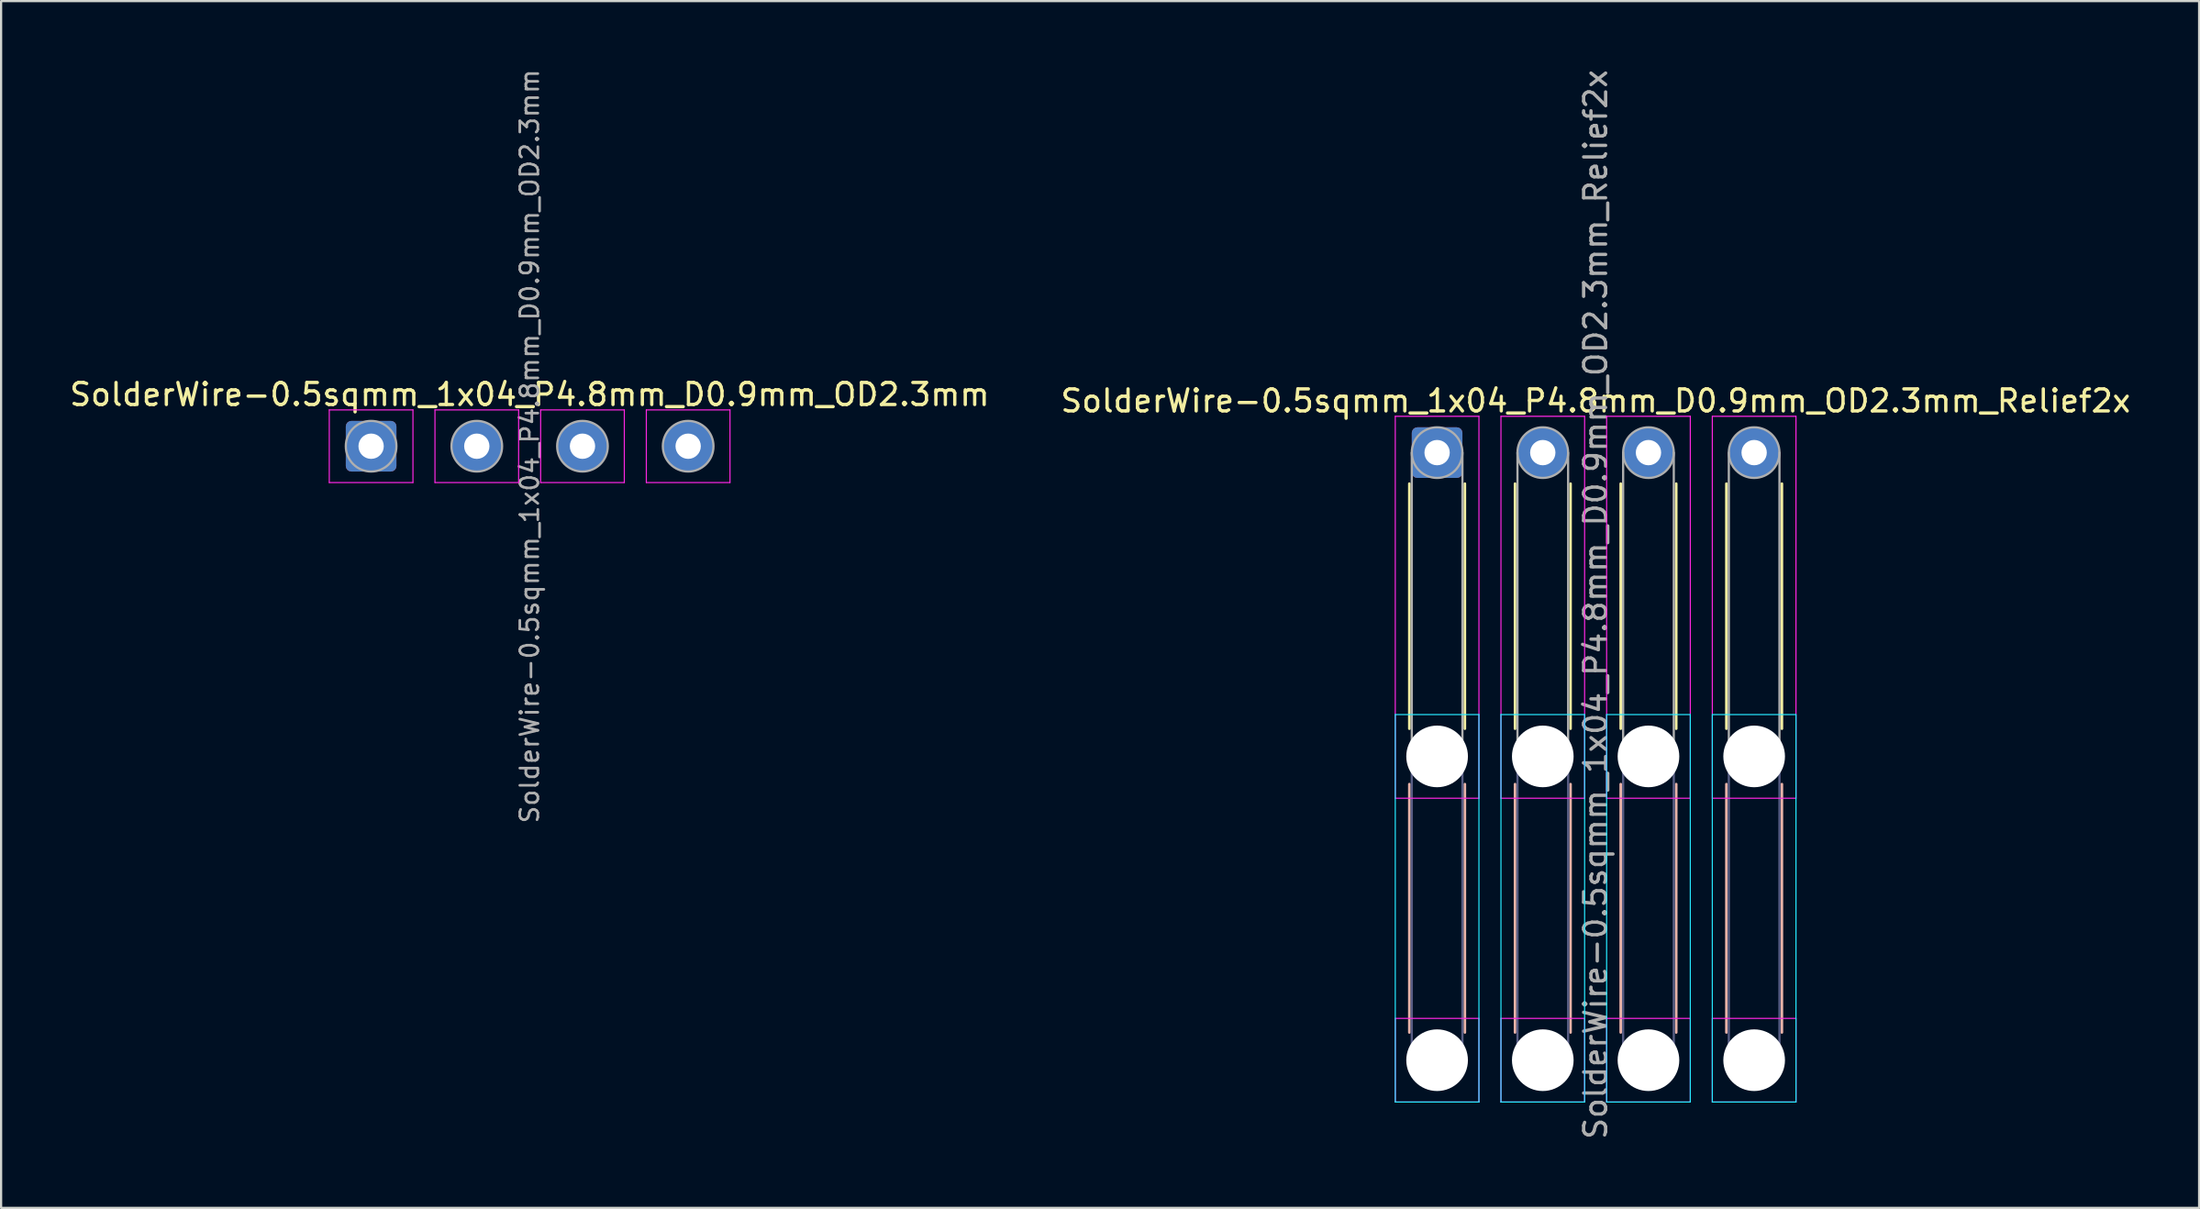
<source format=kicad_pcb>
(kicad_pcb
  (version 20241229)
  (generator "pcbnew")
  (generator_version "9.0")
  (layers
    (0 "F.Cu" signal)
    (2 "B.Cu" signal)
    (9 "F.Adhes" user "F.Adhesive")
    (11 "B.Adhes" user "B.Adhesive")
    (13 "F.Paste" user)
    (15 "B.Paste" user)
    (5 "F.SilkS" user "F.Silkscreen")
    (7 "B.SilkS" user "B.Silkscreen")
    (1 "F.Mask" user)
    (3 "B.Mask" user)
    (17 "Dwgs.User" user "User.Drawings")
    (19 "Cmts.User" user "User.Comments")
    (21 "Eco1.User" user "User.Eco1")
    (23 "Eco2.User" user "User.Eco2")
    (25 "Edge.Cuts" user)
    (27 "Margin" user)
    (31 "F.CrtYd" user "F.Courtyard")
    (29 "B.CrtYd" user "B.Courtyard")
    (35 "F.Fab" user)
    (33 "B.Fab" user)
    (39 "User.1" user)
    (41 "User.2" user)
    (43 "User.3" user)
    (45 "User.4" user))
  (footprint "SolderWire-0.5sqmm_1x04_P4.8mm_D0.9mm_OD2.3mm_Relief2x"
    (layer "F.Cu")
    (at 62.223 17.511)
    (property "Reference" "SolderWire-0.5sqmm_1x04_P4.8mm_D0.9mm_OD2.3mm_Relief2x" (at 7.2 -2.35 0) (layer "F.SilkS") (effects (font (size 1 1) (thickness 0.15))))
    (attr exclude_from_pos_files exclude_from_bom)
    (fp_line (start -1.26 1.41) (end -1.26 12.54) (stroke (width 0.12) (type solid)) (layer "F.SilkS"))
    (fp_line (start 1.26 1.41) (end 1.26 12.54) (stroke (width 0.12) (type solid)) (layer "F.SilkS"))
    (fp_line (start 3.54 1.41) (end 3.54 12.54) (stroke (width 0.12) (type solid)) (layer "F.SilkS"))
    (fp_line (start 6.06 1.41) (end 6.06 12.54) (stroke (width 0.12) (type solid)) (layer "F.SilkS"))
    (fp_line (start 8.34 1.41) (end 8.34 12.54) (stroke (width 0.12) (type solid)) (layer "F.SilkS"))
    (fp_line (start 10.86 1.41) (end 10.86 12.54) (stroke (width 0.12) (type solid)) (layer "F.SilkS"))
    (fp_line (start 13.14 1.41) (end 13.14 12.54) (stroke (width 0.12) (type solid)) (layer "F.SilkS"))
    (fp_line (start 15.66 1.41) (end 15.66 12.54) (stroke (width 0.12) (type solid)) (layer "F.SilkS"))
    (fp_line (start -1.26 15.06) (end -1.26 26.34) (stroke (width 0.12) (type solid)) (layer "B.SilkS"))
    (fp_line (start 1.26 15.06) (end 1.26 26.34) (stroke (width 0.12) (type solid)) (layer "B.SilkS"))
    (fp_line (start 3.54 15.06) (end 3.54 26.34) (stroke (width 0.12) (type solid)) (layer "B.SilkS"))
    (fp_line (start 6.06 15.06) (end 6.06 26.34) (stroke (width 0.12) (type solid)) (layer "B.SilkS"))
    (fp_line (start 8.34 15.06) (end 8.34 26.34) (stroke (width 0.12) (type solid)) (layer "B.SilkS"))
    (fp_line (start 10.86 15.06) (end 10.86 26.34) (stroke (width 0.12) (type solid)) (layer "B.SilkS"))
    (fp_line (start 13.14 15.06) (end 13.14 26.34) (stroke (width 0.12) (type solid)) (layer "B.SilkS"))
    (fp_line (start 15.66 15.06) (end 15.66 26.34) (stroke (width 0.12) (type solid)) (layer "B.SilkS"))
    (fp_line (start -1.9 11.9) (end -1.9 29.5) (stroke (width 0.05) (type solid)) (layer "B.CrtYd"))
    (fp_line (start -1.9 29.5) (end 1.9 29.5) (stroke (width 0.05) (type solid)) (layer "B.CrtYd"))
    (fp_line (start 1.9 11.9) (end -1.9 11.9) (stroke (width 0.05) (type solid)) (layer "B.CrtYd"))
    (fp_line (start 1.9 29.5) (end 1.9 11.9) (stroke (width 0.05) (type solid)) (layer "B.CrtYd"))
    (fp_line (start 2.9 11.9) (end 2.9 29.5) (stroke (width 0.05) (type solid)) (layer "B.CrtYd"))
    (fp_line (start 2.9 29.5) (end 6.7 29.5) (stroke (width 0.05) (type solid)) (layer "B.CrtYd"))
    (fp_line (start 6.7 11.9) (end 2.9 11.9) (stroke (width 0.05) (type solid)) (layer "B.CrtYd"))
    (fp_line (start 6.7 29.5) (end 6.7 11.9) (stroke (width 0.05) (type solid)) (layer "B.CrtYd"))
    (fp_line (start 7.7 11.9) (end 7.7 29.5) (stroke (width 0.05) (type solid)) (layer "B.CrtYd"))
    (fp_line (start 7.7 29.5) (end 11.5 29.5) (stroke (width 0.05) (type solid)) (layer "B.CrtYd"))
    (fp_line (start 11.5 11.9) (end 7.7 11.9) (stroke (width 0.05) (type solid)) (layer "B.CrtYd"))
    (fp_line (start 11.5 29.5) (end 11.5 11.9) (stroke (width 0.05) (type solid)) (layer "B.CrtYd"))
    (fp_line (start 12.5 11.9) (end 12.5 29.5) (stroke (width 0.05) (type solid)) (layer "B.CrtYd"))
    (fp_line (start 12.5 29.5) (end 16.3 29.5) (stroke (width 0.05) (type solid)) (layer "B.CrtYd"))
    (fp_line (start 16.3 11.9) (end 12.5 11.9) (stroke (width 0.05) (type solid)) (layer "B.CrtYd"))
    (fp_line (start 16.3 29.5) (end 16.3 11.9) (stroke (width 0.05) (type solid)) (layer "B.CrtYd"))
    (fp_line (start -1.9 -1.65) (end -1.9 15.7) (stroke (width 0.05) (type solid)) (layer "F.CrtYd"))
    (fp_line (start -1.9 15.7) (end 1.9 15.7) (stroke (width 0.05) (type solid)) (layer "F.CrtYd"))
    (fp_line (start -1.9 25.7) (end -1.9 29.5) (stroke (width 0.05) (type solid)) (layer "F.CrtYd"))
    (fp_line (start -1.9 29.5) (end 1.9 29.5) (stroke (width 0.05) (type solid)) (layer "F.CrtYd"))
    (fp_line (start 1.9 -1.65) (end -1.9 -1.65) (stroke (width 0.05) (type solid)) (layer "F.CrtYd"))
    (fp_line (start 1.9 15.7) (end 1.9 -1.65) (stroke (width 0.05) (type solid)) (layer "F.CrtYd"))
    (fp_line (start 1.9 25.7) (end -1.9 25.7) (stroke (width 0.05) (type solid)) (layer "F.CrtYd"))
    (fp_line (start 1.9 29.5) (end 1.9 25.7) (stroke (width 0.05) (type solid)) (layer "F.CrtYd"))
    (fp_line (start 2.9 -1.65) (end 2.9 15.7) (stroke (width 0.05) (type solid)) (layer "F.CrtYd"))
    (fp_line (start 2.9 15.7) (end 6.7 15.7) (stroke (width 0.05) (type solid)) (layer "F.CrtYd"))
    (fp_line (start 2.9 25.7) (end 2.9 29.5) (stroke (width 0.05) (type solid)) (layer "F.CrtYd"))
    (fp_line (start 2.9 29.5) (end 6.7 29.5) (stroke (width 0.05) (type solid)) (layer "F.CrtYd"))
    (fp_line (start 6.7 -1.65) (end 2.9 -1.65) (stroke (width 0.05) (type solid)) (layer "F.CrtYd"))
    (fp_line (start 6.7 15.7) (end 6.7 -1.65) (stroke (width 0.05) (type solid)) (layer "F.CrtYd"))
    (fp_line (start 6.7 25.7) (end 2.9 25.7) (stroke (width 0.05) (type solid)) (layer "F.CrtYd"))
    (fp_line (start 6.7 29.5) (end 6.7 25.7) (stroke (width 0.05) (type solid)) (layer "F.CrtYd"))
    (fp_line (start 7.7 -1.65) (end 7.7 15.7) (stroke (width 0.05) (type solid)) (layer "F.CrtYd"))
    (fp_line (start 7.7 15.7) (end 11.5 15.7) (stroke (width 0.05) (type solid)) (layer "F.CrtYd"))
    (fp_line (start 7.7 25.7) (end 7.7 29.5) (stroke (width 0.05) (type solid)) (layer "F.CrtYd"))
    (fp_line (start 7.7 29.5) (end 11.5 29.5) (stroke (width 0.05) (type solid)) (layer "F.CrtYd"))
    (fp_line (start 11.5 -1.65) (end 7.7 -1.65) (stroke (width 0.05) (type solid)) (layer "F.CrtYd"))
    (fp_line (start 11.5 15.7) (end 11.5 -1.65) (stroke (width 0.05) (type solid)) (layer "F.CrtYd"))
    (fp_line (start 11.5 25.7) (end 7.7 25.7) (stroke (width 0.05) (type solid)) (layer "F.CrtYd"))
    (fp_line (start 11.5 29.5) (end 11.5 25.7) (stroke (width 0.05) (type solid)) (layer "F.CrtYd"))
    (fp_line (start 12.5 -1.65) (end 12.5 15.7) (stroke (width 0.05) (type solid)) (layer "F.CrtYd"))
    (fp_line (start 12.5 15.7) (end 16.3 15.7) (stroke (width 0.05) (type solid)) (layer "F.CrtYd"))
    (fp_line (start 12.5 25.7) (end 12.5 29.5) (stroke (width 0.05) (type solid)) (layer "F.CrtYd"))
    (fp_line (start 12.5 29.5) (end 16.3 29.5) (stroke (width 0.05) (type solid)) (layer "F.CrtYd"))
    (fp_line (start 16.3 -1.65) (end 12.5 -1.65) (stroke (width 0.05) (type solid)) (layer "F.CrtYd"))
    (fp_line (start 16.3 15.7) (end 16.3 -1.65) (stroke (width 0.05) (type solid)) (layer "F.CrtYd"))
    (fp_line (start 16.3 25.7) (end 12.5 25.7) (stroke (width 0.05) (type solid)) (layer "F.CrtYd"))
    (fp_line (start 16.3 29.5) (end 16.3 25.7) (stroke (width 0.05) (type solid)) (layer "F.CrtYd"))
    (fp_line (start -1.15 13.8) (end -1.15 27.6) (stroke (width 0.1) (type solid)) (layer "B.Fab"))
    (fp_line (start 1.15 13.8) (end 1.15 27.6) (stroke (width 0.1) (type solid)) (layer "B.Fab"))
    (fp_line (start 3.65 13.8) (end 3.65 27.6) (stroke (width 0.1) (type solid)) (layer "B.Fab"))
    (fp_line (start 5.95 13.8) (end 5.95 27.6) (stroke (width 0.1) (type solid)) (layer "B.Fab"))
    (fp_line (start 8.45 13.8) (end 8.45 27.6) (stroke (width 0.1) (type solid)) (layer "B.Fab"))
    (fp_line (start 10.75 13.8) (end 10.75 27.6) (stroke (width 0.1) (type solid)) (layer "B.Fab"))
    (fp_line (start 13.25 13.8) (end 13.25 27.6) (stroke (width 0.1) (type solid)) (layer "B.Fab"))
    (fp_line (start 15.55 13.8) (end 15.55 27.6) (stroke (width 0.1) (type solid)) (layer "B.Fab"))
    (fp_circle (center 0 13.8) (end 1.15 13.8) (stroke (width 0.1) (type solid)) (fill no) (layer "B.Fab"))
    (fp_circle (center 0 27.6) (end 1.15 27.6) (stroke (width 0.1) (type solid)) (fill no) (layer "B.Fab"))
    (fp_circle (center 4.8 13.8) (end 5.95 13.8) (stroke (width 0.1) (type solid)) (fill no) (layer "B.Fab"))
    (fp_circle (center 4.8 27.6) (end 5.95 27.6) (stroke (width 0.1) (type solid)) (fill no) (layer "B.Fab"))
    (fp_circle (center 9.6 13.8) (end 10.75 13.8) (stroke (width 0.1) (type solid)) (fill no) (layer "B.Fab"))
    (fp_circle (center 9.6 27.6) (end 10.75 27.6) (stroke (width 0.1) (type solid)) (fill no) (layer "B.Fab"))
    (fp_circle (center 14.4 13.8) (end 15.55 13.8) (stroke (width 0.1) (type solid)) (fill no) (layer "B.Fab"))
    (fp_circle (center 14.4 27.6) (end 15.55 27.6) (stroke (width 0.1) (type solid)) (fill no) (layer "B.Fab"))
    (fp_line (start -1.15 0) (end -1.15 13.8) (stroke (width 0.1) (type solid)) (layer "F.Fab"))
    (fp_line (start 1.15 0) (end 1.15 13.8) (stroke (width 0.1) (type solid)) (layer "F.Fab"))
    (fp_line (start 3.65 0) (end 3.65 13.8) (stroke (width 0.1) (type solid)) (layer "F.Fab"))
    (fp_line (start 5.95 0) (end 5.95 13.8) (stroke (width 0.1) (type solid)) (layer "F.Fab"))
    (fp_line (start 8.45 0) (end 8.45 13.8) (stroke (width 0.1) (type solid)) (layer "F.Fab"))
    (fp_line (start 10.75 0) (end 10.75 13.8) (stroke (width 0.1) (type solid)) (layer "F.Fab"))
    (fp_line (start 13.25 0) (end 13.25 13.8) (stroke (width 0.1) (type solid)) (layer "F.Fab"))
    (fp_line (start 15.55 0) (end 15.55 13.8) (stroke (width 0.1) (type solid)) (layer "F.Fab"))
    (fp_circle (center 0 0) (end 1.15 0) (stroke (width 0.1) (type solid)) (fill no) (layer "F.Fab"))
    (fp_circle (center 0 13.8) (end 1.15 13.8) (stroke (width 0.1) (type solid)) (fill no) (layer "F.Fab"))
    (fp_circle (center 0 27.6) (end 1.15 27.6) (stroke (width 0.1) (type solid)) (fill no) (layer "F.Fab"))
    (fp_circle (center 4.8 0) (end 5.95 0) (stroke (width 0.1) (type solid)) (fill no) (layer "F.Fab"))
    (fp_circle (center 4.8 13.8) (end 5.95 13.8) (stroke (width 0.1) (type solid)) (fill no) (layer "F.Fab"))
    (fp_circle (center 4.8 27.6) (end 5.95 27.6) (stroke (width 0.1) (type solid)) (fill no) (layer "F.Fab"))
    (fp_circle (center 9.6 0) (end 10.75 0) (stroke (width 0.1) (type solid)) (fill no) (layer "F.Fab"))
    (fp_circle (center 9.6 13.8) (end 10.75 13.8) (stroke (width 0.1) (type solid)) (fill no) (layer "F.Fab"))
    (fp_circle (center 9.6 27.6) (end 10.75 27.6) (stroke (width 0.1) (type solid)) (fill no) (layer "F.Fab"))
    (fp_circle (center 14.4 0) (end 15.55 0) (stroke (width 0.1) (type solid)) (fill no) (layer "F.Fab"))
    (fp_circle (center 14.4 13.8) (end 15.55 13.8) (stroke (width 0.1) (type solid)) (fill no) (layer "F.Fab"))
    (fp_circle (center 14.4 27.6) (end 15.55 27.6) (stroke (width 0.1) (type solid)) (fill no) (layer "F.Fab"))
    (fp_text user "${REFERENCE}" (at 7.2 6.9 90) (layer "F.Fab") (effects (font (size 1 1) (thickness 0.15))))
    (pad "" np_thru_hole circle (at 0 13.8) (size 2.8 2.8) (drill 2.8) (layers "*.Cu" "*.Mask"))
    (pad "" np_thru_hole circle (at 0 27.6) (size 2.8 2.8) (drill 2.8) (layers "*.Cu" "*.Mask"))
    (pad "" np_thru_hole circle (at 4.8 13.8) (size 2.8 2.8) (drill 2.8) (layers "*.Cu" "*.Mask"))
    (pad "" np_thru_hole circle (at 4.8 27.6) (size 2.8 2.8) (drill 2.8) (layers "*.Cu" "*.Mask"))
    (pad "" np_thru_hole circle (at 9.6 13.8) (size 2.8 2.8) (drill 2.8) (layers "*.Cu" "*.Mask"))
    (pad "" np_thru_hole circle (at 9.6 27.6) (size 2.8 2.8) (drill 2.8) (layers "*.Cu" "*.Mask"))
    (pad "" np_thru_hole circle (at 14.4 13.8) (size 2.8 2.8) (drill 2.8) (layers "*.Cu" "*.Mask"))
    (pad "" np_thru_hole circle (at 14.4 27.6) (size 2.8 2.8) (drill 2.8) (layers "*.Cu" "*.Mask"))
    (pad "1" thru_hole roundrect (at 0 0) (size 2.3 2.3) (drill 1.15) (layers "*.Cu" "*.Mask") (roundrect_rratio 0.109))
    (pad "2" thru_hole circle (at 4.8 0) (size 2.3 2.3) (drill 1.15) (layers "*.Cu" "*.Mask"))
    (pad "3" thru_hole circle (at 9.6 0) (size 2.3 2.3) (drill 1.15) (layers "*.Cu" "*.Mask"))
    (pad "4" thru_hole circle (at 14.4 0) (size 2.3 2.3) (drill 1.15) (layers "*.Cu" "*.Mask")))
  (footprint "SolderWire-0.5sqmm_1x04_P4.8mm_D0.9mm_OD2.3mm"
    (layer "F.Cu")
    (at 13.806 17.22)
    (property "Reference" "SolderWire-0.5sqmm_1x04_P4.8mm_D0.9mm_OD2.3mm" (at 7.2 -2.35 0) (layer "F.SilkS") (effects (font (size 1 1) (thickness 0.15))))
    (attr exclude_from_pos_files exclude_from_bom)
    (fp_line (start -1.9 -1.65) (end -1.9 1.65) (stroke (width 0.05) (type solid)) (layer "F.CrtYd"))
    (fp_line (start -1.9 1.65) (end 1.9 1.65) (stroke (width 0.05) (type solid)) (layer "F.CrtYd"))
    (fp_line (start 1.9 -1.65) (end -1.9 -1.65) (stroke (width 0.05) (type solid)) (layer "F.CrtYd"))
    (fp_line (start 1.9 1.65) (end 1.9 -1.65) (stroke (width 0.05) (type solid)) (layer "F.CrtYd"))
    (fp_line (start 2.9 -1.65) (end 2.9 1.65) (stroke (width 0.05) (type solid)) (layer "F.CrtYd"))
    (fp_line (start 2.9 1.65) (end 6.7 1.65) (stroke (width 0.05) (type solid)) (layer "F.CrtYd"))
    (fp_line (start 6.7 -1.65) (end 2.9 -1.65) (stroke (width 0.05) (type solid)) (layer "F.CrtYd"))
    (fp_line (start 6.7 1.65) (end 6.7 -1.65) (stroke (width 0.05) (type solid)) (layer "F.CrtYd"))
    (fp_line (start 7.7 -1.65) (end 7.7 1.65) (stroke (width 0.05) (type solid)) (layer "F.CrtYd"))
    (fp_line (start 7.7 1.65) (end 11.5 1.65) (stroke (width 0.05) (type solid)) (layer "F.CrtYd"))
    (fp_line (start 11.5 -1.65) (end 7.7 -1.65) (stroke (width 0.05) (type solid)) (layer "F.CrtYd"))
    (fp_line (start 11.5 1.65) (end 11.5 -1.65) (stroke (width 0.05) (type solid)) (layer "F.CrtYd"))
    (fp_line (start 12.5 -1.65) (end 12.5 1.65) (stroke (width 0.05) (type solid)) (layer "F.CrtYd"))
    (fp_line (start 12.5 1.65) (end 16.3 1.65) (stroke (width 0.05) (type solid)) (layer "F.CrtYd"))
    (fp_line (start 16.3 -1.65) (end 12.5 -1.65) (stroke (width 0.05) (type solid)) (layer "F.CrtYd"))
    (fp_line (start 16.3 1.65) (end 16.3 -1.65) (stroke (width 0.05) (type solid)) (layer "F.CrtYd"))
    (fp_circle (center 0 0) (end 1.15 0) (stroke (width 0.1) (type solid)) (fill no) (layer "F.Fab"))
    (fp_circle (center 4.8 0) (end 5.95 0) (stroke (width 0.1) (type solid)) (fill no) (layer "F.Fab"))
    (fp_circle (center 9.6 0) (end 10.75 0) (stroke (width 0.1) (type solid)) (fill no) (layer "F.Fab"))
    (fp_circle (center 14.4 0) (end 15.55 0) (stroke (width 0.1) (type solid)) (fill no) (layer "F.Fab"))
    (fp_text user "${REFERENCE}" (at 7.2 0 90) (layer "F.Fab") (effects (font (size 0.82 0.82) (thickness 0.12))))
    (pad "1" thru_hole roundrect (at 0 0) (size 2.3 2.3) (drill 1.15) (layers "*.Cu" "*.Mask") (roundrect_rratio 0.109))
    (pad "2" thru_hole circle (at 4.8 0) (size 2.3 2.3) (drill 1.15) (layers "*.Cu" "*.Mask"))
    (pad "3" thru_hole circle (at 9.6 0) (size 2.3 2.3) (drill 1.15) (layers "*.Cu" "*.Mask"))
    (pad "4" thru_hole circle (at 14.4 0) (size 2.3 2.3) (drill 1.15) (layers "*.Cu" "*.Mask")))
  (gr_rect
    (start -3 -3)
    (end 96.833 51.821)
    (stroke (width 0.1) (type default))
    (fill no)
    (layer "Edge.Cuts")))
</source>
